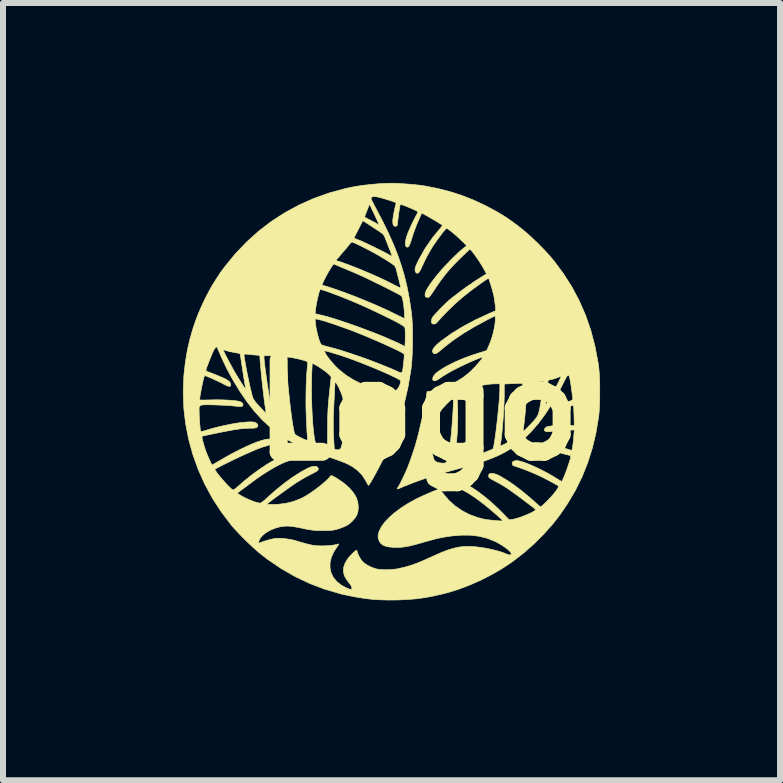
<source format=kicad_pcb>
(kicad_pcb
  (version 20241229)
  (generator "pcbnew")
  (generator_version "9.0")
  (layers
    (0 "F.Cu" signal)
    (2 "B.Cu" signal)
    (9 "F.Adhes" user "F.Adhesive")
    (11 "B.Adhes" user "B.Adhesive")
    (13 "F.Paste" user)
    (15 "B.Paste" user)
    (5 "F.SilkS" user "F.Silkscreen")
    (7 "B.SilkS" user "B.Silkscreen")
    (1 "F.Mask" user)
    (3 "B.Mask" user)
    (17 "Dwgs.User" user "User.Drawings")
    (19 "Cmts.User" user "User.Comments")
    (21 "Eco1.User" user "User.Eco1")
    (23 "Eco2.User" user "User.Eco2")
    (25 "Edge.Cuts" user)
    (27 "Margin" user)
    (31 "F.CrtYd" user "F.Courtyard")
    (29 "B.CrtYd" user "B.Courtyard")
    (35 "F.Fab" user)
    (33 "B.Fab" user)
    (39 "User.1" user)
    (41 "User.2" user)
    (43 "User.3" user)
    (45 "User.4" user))
  (footprint "Logo"
    (layer "F.Cu")
    (at 3.919 3.794)
    (property "Reference" "Logo" (at 0 0 0) (layer "F.SilkS") (effects (font (size 1.524 1.524) (thickness 0.3))))
    (attr through_hole)
    (fp_poly (pts (xy -0.382 -3.788) (xy -0.31 -3.784) (xy -0.23 -3.779) (xy -0.147 -3.773) (xy -0.065 -3.766) (xy 0.009 -3.758) (xy 0.071 -3.751) (xy 0.101 -3.746) (xy 0.325 -3.702) (xy 0.533 -3.649) (xy 0.731 -3.586) (xy 0.923 -3.51) (xy 1.112 -3.422) (xy 1.132 -3.412) (xy 1.233 -3.359) (xy 1.321 -3.311) (xy 1.4 -3.264) (xy 1.477 -3.215) (xy 1.557 -3.159) (xy 1.647 -3.093) (xy 1.659 -3.084) (xy 1.768 -2.998) (xy 1.882 -2.898) (xy 1.996 -2.79) (xy 2.106 -2.678) (xy 2.206 -2.567) (xy 2.265 -2.498) (xy 2.425 -2.282) (xy 2.567 -2.059) (xy 2.69 -1.828) (xy 2.795 -1.587) (xy 2.882 -1.336) (xy 2.951 -1.073) (xy 3.003 -0.8) (xy 3.013 -0.73) (xy 3.02 -0.659) (xy 3.026 -0.572) (xy 3.03 -0.472) (xy 3.031 -0.366) (xy 3.031 -0.257) (xy 3.029 -0.151) (xy 3.026 -0.051) (xy 3.02 0.036) (xy 3.012 0.106) (xy 2.968 0.374) (xy 2.907 0.629) (xy 2.83 0.873) (xy 2.736 1.107) (xy 2.625 1.333) (xy 2.494 1.554) (xy 2.367 1.741) (xy 2.237 1.907) (xy 2.09 2.07) (xy 1.93 2.229) (xy 1.761 2.378) (xy 1.586 2.513) (xy 1.554 2.536) (xy 1.394 2.642) (xy 1.221 2.741) (xy 1.041 2.833) (xy 0.856 2.914) (xy 0.673 2.983) (xy 0.495 3.038) (xy 0.392 3.064) (xy 0.341 3.075) (xy 0.289 3.087) (xy 0.249 3.096) (xy 0.12 3.12) (xy -0.025 3.14) (xy -0.181 3.153) (xy -0.343 3.16) (xy -0.507 3.161) (xy -0.667 3.156) (xy -0.718 3.153) (xy -0.815 3.143) (xy -0.926 3.128) (xy -1.043 3.109) (xy -1.161 3.086) (xy -1.272 3.062) (xy -1.303 3.054) (xy -1.56 2.978) (xy -1.809 2.883) (xy -2.051 2.768) (xy -2.284 2.634) (xy -2.507 2.482) (xy -2.635 2.383) (xy -2.701 2.326) (xy -2.775 2.259) (xy -2.853 2.185) (xy -2.931 2.108) (xy -3.004 2.032) (xy -3.069 1.961) (xy -3.115 1.908) (xy -3.279 1.691) (xy -3.426 1.465) (xy -3.554 1.23) (xy -3.663 0.987) (xy -3.753 0.737) (xy -3.823 0.482) (xy -3.874 0.222) (xy -3.9 0.001) (xy -3.649 0.001) (xy -3.648 0.049) (xy -3.646 0.104) (xy -3.642 0.163) (xy -3.639 0.22) (xy -3.634 0.27) (xy -3.63 0.311) (xy -3.626 0.336) (xy -3.625 0.34) (xy -3.62 0.348) (xy -3.609 0.35) (xy -3.589 0.347) (xy -3.555 0.337) (xy -3.537 0.332) (xy -3.434 0.301) (xy -3.329 0.274) (xy -3.224 0.25) (xy -3.122 0.229) (xy -3.025 0.212) (xy -2.936 0.2) (xy -2.857 0.193) (xy -2.791 0.19) (xy -2.74 0.193) (xy -2.706 0.202) (xy -2.706 0.203) (xy -2.677 0.225) (xy -2.668 0.25) (xy -2.68 0.275) (xy -2.684 0.28) (xy -2.697 0.288) (xy -2.721 0.293) (xy -2.758 0.296) (xy -2.803 0.296) (xy -2.858 0.298) (xy -2.915 0.301) (xy -2.978 0.309) (xy -3.05 0.319) (xy -3.134 0.334) (xy -3.234 0.353) (xy -3.291 0.364) (xy -3.378 0.382) (xy -3.447 0.396) (xy -3.499 0.407) (xy -3.537 0.415) (xy -3.564 0.421) (xy -3.582 0.425) (xy -3.592 0.428) (xy -3.598 0.431) (xy -3.601 0.433) (xy -3.601 0.446) (xy -3.596 0.474) (xy -3.586 0.515) (xy -3.573 0.564) (xy -3.557 0.617) (xy -3.54 0.67) (xy -3.536 0.68) (xy -3.525 0.71) (xy -3.509 0.748) (xy -3.49 0.791) (xy -3.472 0.834) (xy -3.454 0.87) (xy -3.441 0.897) (xy -3.435 0.908) (xy -3.425 0.904) (xy -3.4 0.891) (xy -3.364 0.87) (xy -3.319 0.844) (xy -3.295 0.83) (xy -3.188 0.768) (xy -3.08 0.709) (xy -2.973 0.654) (xy -2.871 0.605) (xy -2.774 0.562) (xy -2.687 0.527) (xy -2.61 0.501) (xy -2.547 0.484) (xy -2.508 0.478) (xy -2.469 0.477) (xy -2.445 0.479) (xy -2.429 0.487) (xy -2.419 0.497) (xy -2.405 0.518) (xy -2.408 0.535) (xy -2.409 0.538) (xy -2.417 0.547) (xy -2.431 0.556) (xy -2.453 0.566) (xy -2.488 0.579) (xy -2.538 0.595) (xy -2.566 0.603) (xy -2.598 0.613) (xy -2.628 0.624) (xy -2.66 0.636) (xy -2.699 0.651) (xy -2.747 0.672) (xy -2.809 0.699) (xy -2.863 0.722) (xy -2.91 0.744) (xy -2.967 0.77) (xy -3.028 0.799) (xy -3.093 0.83) (xy -3.157 0.862) (xy -3.219 0.892) (xy -3.275 0.921) (xy -3.322 0.945) (xy -3.359 0.964) (xy -3.381 0.977) (xy -3.386 0.982) (xy -3.379 0.999) (xy -3.36 1.027) (xy -3.331 1.065) (xy -3.296 1.109) (xy -3.256 1.155) (xy -3.215 1.202) (xy -3.175 1.245) (xy -3.139 1.281) (xy -3.109 1.309) (xy -3.09 1.323) (xy -3.074 1.323) (xy -3.049 1.308) (xy -3.027 1.289) (xy -2.886 1.167) (xy -2.753 1.061) (xy -2.625 0.969) (xy -2.5 0.887) (xy -2.374 0.815) (xy -2.307 0.781) (xy -2.234 0.748) (xy -2.174 0.728) (xy -2.127 0.722) (xy -2.094 0.729) (xy -2.077 0.75) (xy -2.074 0.768) (xy -2.085 0.793) (xy -2.114 0.818) (xy -2.159 0.841) (xy -2.18 0.848) (xy -2.237 0.87) (xy -2.307 0.903) (xy -2.387 0.945) (xy -2.471 0.994) (xy -2.558 1.048) (xy -2.591 1.07) (xy -2.62 1.089) (xy -2.645 1.107) (xy -2.671 1.124) (xy -2.699 1.144) (xy -2.732 1.169) (xy -2.774 1.199) (xy -2.826 1.239) (xy -2.893 1.289) (xy -2.896 1.291) (xy -3.015 1.379) (xy -2.965 1.411) (xy -2.917 1.439) (xy -2.861 1.467) (xy -2.801 1.493) (xy -2.743 1.516) (xy -2.69 1.533) (xy -2.649 1.543) (xy -2.631 1.545) (xy -2.613 1.538) (xy -2.586 1.518) (xy -2.552 1.491) (xy -2.54 1.48) (xy -2.386 1.341) (xy -2.235 1.218) (xy -2.087 1.111) (xy -1.945 1.021) (xy -1.842 0.965) (xy -1.787 0.942) (xy -1.739 0.931) (xy -1.7 0.932) (xy -1.674 0.944) (xy -1.662 0.968) (xy -1.662 0.974) (xy -1.663 0.987) (xy -1.669 0.998) (xy -1.684 1.01) (xy -1.709 1.026) (xy -1.748 1.046) (xy -1.785 1.065) (xy -1.847 1.097) (xy -1.915 1.135) (xy -1.98 1.174) (xy -2.021 1.2) (xy -2.063 1.228) (xy -2.117 1.265) (xy -2.177 1.308) (xy -2.241 1.353) (xy -2.305 1.4) (xy -2.366 1.444) (xy -2.419 1.484) (xy -2.463 1.516) (xy -2.492 1.54) (xy -2.492 1.54) (xy -2.524 1.566) (xy -2.482 1.567) (xy -2.335 1.565) (xy -2.2 1.548) (xy -2.075 1.517) (xy -1.955 1.47) (xy -1.924 1.455) (xy -1.868 1.424) (xy -1.805 1.384) (xy -1.738 1.338) (xy -1.67 1.287) (xy -1.605 1.236) (xy -1.548 1.187) (xy -1.5 1.142) (xy -1.467 1.105) (xy -1.462 1.099) (xy -1.454 1.089) (xy -1.444 1.086) (xy -1.428 1.091) (xy -1.4 1.105) (xy -1.378 1.117) (xy -1.318 1.154) (xy -1.254 1.198) (xy -1.194 1.246) (xy -1.145 1.291) (xy -1.135 1.301) (xy -1.073 1.376) (xy -1.03 1.448) (xy -1.004 1.523) (xy -0.995 1.601) (xy -0.995 1.612) (xy -1 1.681) (xy -1.018 1.741) (xy -1.051 1.796) (xy -1.1 1.851) (xy -1.151 1.895) (xy -1.182 1.915) (xy -1.228 1.937) (xy -1.283 1.959) (xy -1.339 1.978) (xy -1.352 1.981) (xy -1.39 1.991) (xy -1.428 1.997) (xy -1.471 2.001) (xy -1.524 2.003) (xy -1.592 2.003) (xy -1.593 2.003) (xy -1.656 2.003) (xy -1.708 2.001) (xy -1.756 1.996) (xy -1.805 1.989) (xy -1.862 1.979) (xy -1.93 1.964) (xy -2.016 1.947) (xy -2.086 1.935) (xy -2.145 1.929) (xy -2.197 1.928) (xy -2.247 1.932) (xy -2.299 1.94) (xy -2.309 1.942) (xy -2.388 1.965) (xy -2.462 1.996) (xy -2.529 2.034) (xy -2.584 2.077) (xy -2.626 2.123) (xy -2.65 2.169) (xy -2.653 2.181) (xy -2.656 2.204) (xy -2.652 2.211) (xy -2.64 2.208) (xy -2.571 2.183) (xy -2.5 2.161) (xy -2.433 2.144) (xy -2.378 2.134) (xy -2.365 2.132) (xy -2.31 2.131) (xy -2.243 2.135) (xy -2.17 2.144) (xy -2.101 2.156) (xy -2.042 2.17) (xy -2.031 2.174) (xy -2.002 2.183) (xy -1.959 2.196) (xy -1.907 2.21) (xy -1.857 2.224) (xy -1.796 2.239) (xy -1.746 2.249) (xy -1.699 2.255) (xy -1.646 2.257) (xy -1.603 2.258) (xy -1.524 2.256) (xy -1.45 2.25) (xy -1.385 2.241) (xy -1.335 2.229) (xy -1.325 2.225) (xy -1.321 2.228) (xy -1.329 2.245) (xy -1.347 2.271) (xy -1.406 2.362) (xy -1.446 2.453) (xy -1.466 2.542) (xy -1.466 2.628) (xy -1.447 2.71) (xy -1.41 2.785) (xy -1.353 2.853) (xy -1.279 2.912) (xy -1.225 2.942) (xy -1.173 2.967) (xy -1.138 2.98) (xy -1.115 2.983) (xy -1.104 2.976) (xy -1.101 2.961) (xy -1.108 2.938) (xy -1.123 2.909) (xy -1.13 2.899) (xy -1.155 2.866) (xy -1.183 2.829) (xy -1.193 2.816) (xy -1.228 2.753) (xy -1.243 2.686) (xy -1.239 2.616) (xy -1.214 2.544) (xy -1.17 2.471) (xy -1.109 2.402) (xy -1.07 2.364) (xy -1.043 2.341) (xy -1.027 2.331) (xy -1.018 2.333) (xy -1.016 2.344) (xy -1.01 2.37) (xy -0.995 2.406) (xy -0.973 2.448) (xy -0.949 2.487) (xy -0.927 2.516) (xy -0.887 2.551) (xy -0.833 2.586) (xy -0.771 2.616) (xy -0.707 2.638) (xy -0.679 2.645) (xy -0.614 2.653) (xy -0.535 2.656) (xy -0.45 2.653) (xy -0.366 2.644) (xy -0.319 2.636) (xy -0.222 2.613) (xy -0.125 2.585) (xy -0.023 2.549) (xy 0.087 2.504) (xy 0.206 2.45) (xy 0.322 2.398) (xy 0.423 2.355) (xy 0.512 2.322) (xy 0.593 2.298) (xy 0.667 2.281) (xy 0.74 2.271) (xy 0.813 2.267) (xy 0.889 2.268) (xy 0.9 2.268) (xy 0.979 2.275) (xy 1.067 2.286) (xy 1.159 2.302) (xy 1.249 2.322) (xy 1.333 2.343) (xy 1.407 2.366) (xy 1.466 2.388) (xy 1.478 2.394) (xy 1.515 2.408) (xy 1.541 2.408) (xy 1.555 2.396) (xy 1.556 2.388) (xy 1.547 2.367) (xy 1.521 2.338) (xy 1.483 2.305) (xy 1.434 2.27) (xy 1.378 2.234) (xy 1.317 2.199) (xy 1.277 2.18) (xy 1.153 2.131) (xy 1.021 2.098) (xy 0.879 2.08) (xy 0.726 2.079) (xy 0.56 2.093) (xy 0.471 2.106) (xy 0.42 2.115) (xy 0.375 2.123) (xy 0.33 2.133) (xy 0.283 2.144) (xy 0.229 2.159) (xy 0.164 2.177) (xy 0.084 2.199) (xy 0.048 2.21) (xy -0.053 2.238) (xy -0.138 2.259) (xy -0.211 2.273) (xy -0.278 2.281) (xy -0.342 2.284) (xy -0.402 2.283) (xy -0.483 2.276) (xy -0.545 2.262) (xy -0.592 2.24) (xy -0.627 2.209) (xy -0.65 2.167) (xy -0.65 2.167) (xy -0.664 2.121) (xy -0.664 2.075) (xy -0.65 2.023) (xy -0.645 2.009) (xy -0.606 1.934) (xy -0.549 1.857) (xy -0.474 1.779) (xy -0.383 1.7) (xy -0.279 1.623) (xy -0.161 1.548) (xy -0.036 1.479) (xy 0.011 1.456) (xy 0.066 1.43) (xy 0.125 1.404) (xy 0.184 1.378) (xy 0.239 1.354) (xy 0.288 1.335) (xy 0.326 1.32) (xy 0.35 1.313) (xy 0.355 1.312) (xy 0.366 1.32) (xy 0.386 1.342) (xy 0.412 1.374) (xy 0.433 1.402) (xy 0.518 1.502) (xy 0.62 1.592) (xy 0.735 1.671) (xy 0.86 1.736) (xy 0.993 1.785) (xy 1.108 1.814) (xy 1.148 1.82) (xy 1.196 1.826) (xy 1.247 1.832) (xy 1.299 1.837) (xy 1.346 1.84) (xy 1.384 1.842) (xy 1.41 1.841) (xy 1.418 1.839) (xy 1.411 1.831) (xy 1.39 1.811) (xy 1.36 1.784) (xy 1.323 1.751) (xy 1.283 1.716) (xy 1.242 1.681) (xy 1.205 1.649) (xy 1.185 1.633) (xy 1.14 1.596) (xy 1.091 1.557) (xy 1.043 1.52) (xy 0.999 1.487) (xy 0.964 1.461) (xy 0.942 1.445) (xy 0.941 1.445) (xy 0.922 1.433) (xy 0.894 1.414) (xy 0.877 1.403) (xy 0.844 1.382) (xy 0.801 1.357) (xy 0.757 1.333) (xy 0.757 1.333) (xy 0.711 1.306) (xy 0.684 1.281) (xy 0.677 1.258) (xy 0.687 1.234) (xy 0.688 1.232) (xy 0.711 1.22) (xy 0.745 1.218) (xy 0.786 1.225) (xy 0.82 1.239) (xy 0.919 1.297) (xy 1.025 1.371) (xy 1.136 1.457) (xy 1.248 1.553) (xy 1.358 1.657) (xy 1.393 1.692) (xy 1.521 1.823) (xy 1.578 1.815) (xy 1.618 1.807) (xy 1.667 1.793) (xy 1.72 1.776) (xy 1.775 1.755) (xy 1.828 1.733) (xy 1.877 1.711) (xy 1.917 1.69) (xy 1.947 1.672) (xy 1.962 1.658) (xy 1.962 1.651) (xy 1.936 1.63) (xy 1.897 1.598) (xy 1.847 1.56) (xy 1.789 1.516) (xy 1.727 1.469) (xy 1.663 1.422) (xy 1.602 1.377) (xy 1.546 1.337) (xy 1.498 1.304) (xy 1.471 1.286) (xy 1.426 1.258) (xy 1.371 1.225) (xy 1.314 1.194) (xy 1.286 1.179) (xy 1.236 1.152) (xy 1.202 1.132) (xy 1.184 1.115) (xy 1.177 1.102) (xy 1.177 1.102) (xy 1.18 1.071) (xy 1.198 1.053) (xy 1.23 1.048) (xy 1.274 1.055) (xy 1.327 1.074) (xy 1.36 1.09) (xy 1.473 1.156) (xy 1.595 1.238) (xy 1.726 1.337) (xy 1.863 1.45) (xy 1.988 1.561) (xy 2.014 1.584) (xy 2.035 1.601) (xy 2.044 1.607) (xy 2.054 1.601) (xy 2.077 1.583) (xy 2.108 1.554) (xy 2.145 1.518) (xy 2.162 1.501) (xy 2.213 1.448) (xy 2.258 1.397) (xy 2.295 1.351) (xy 2.323 1.311) (xy 2.34 1.281) (xy 2.344 1.263) (xy 2.343 1.259) (xy 2.328 1.249) (xy 2.298 1.232) (xy 2.257 1.209) (xy 2.209 1.183) (xy 2.157 1.156) (xy 2.105 1.129) (xy 2.057 1.105) (xy 2.021 1.088) (xy 1.935 1.049) (xy 1.845 1.012) (xy 1.756 0.977) (xy 1.677 0.949) (xy 1.654 0.942) (xy 1.617 0.929) (xy 1.59 0.918) (xy 1.577 0.91) (xy 1.577 0.91) (xy 1.573 0.893) (xy 1.571 0.886) (xy 1.572 0.865) (xy 1.591 0.848) (xy 1.623 0.838) (xy 1.646 0.836) (xy 1.688 0.842) (xy 1.745 0.857) (xy 1.814 0.882) (xy 1.893 0.914) (xy 1.978 0.952) (xy 2.067 0.996) (xy 2.157 1.043) (xy 2.245 1.093) (xy 2.329 1.145) (xy 2.332 1.147) (xy 2.363 1.166) (xy 2.387 1.179) (xy 2.398 1.183) (xy 2.398 1.183) (xy 2.408 1.166) (xy 2.424 1.133) (xy 2.443 1.087) (xy 2.464 1.034) (xy 2.485 0.976) (xy 2.505 0.918) (xy 2.523 0.864) (xy 2.537 0.818) (xy 2.545 0.787) (xy 2.547 0.764) (xy 2.54 0.752) (xy 2.527 0.748) (xy 2.509 0.744) (xy 2.474 0.735) (xy 2.427 0.723) (xy 2.374 0.709) (xy 2.355 0.704) (xy 2.285 0.688) (xy 2.206 0.672) (xy 2.127 0.659) (xy 2.064 0.65) (xy 2.001 0.642) (xy 1.955 0.635) (xy 1.924 0.629) (xy 1.904 0.622) (xy 1.891 0.614) (xy 1.882 0.603) (xy 1.879 0.6) (xy 1.875 0.583) (xy 1.886 0.565) (xy 1.892 0.558) (xy 1.909 0.545) (xy 1.929 0.538) (xy 1.959 0.536) (xy 1.987 0.536) (xy 2.045 0.54) (xy 2.117 0.55) (xy 2.2 0.566) (xy 2.288 0.586) (xy 2.378 0.61) (xy 2.464 0.635) (xy 2.501 0.647) (xy 2.534 0.658) (xy 2.557 0.664) (xy 2.566 0.665) (xy 2.57 0.651) (xy 2.576 0.621) (xy 2.582 0.579) (xy 2.589 0.53) (xy 2.595 0.479) (xy 2.599 0.43) (xy 2.599 0.424) (xy 2.607 0.325) (xy 2.46 0.331) (xy 2.397 0.334) (xy 2.335 0.339) (xy 2.279 0.344) (xy 2.237 0.349) (xy 2.234 0.35) (xy 2.179 0.355) (xy 2.138 0.352) (xy 2.113 0.341) (xy 2.105 0.323) (xy 2.116 0.299) (xy 2.126 0.287) (xy 2.144 0.275) (xy 2.174 0.266) (xy 2.217 0.259) (xy 2.276 0.255) (xy 2.352 0.252) (xy 2.443 0.251) (xy 2.606 0.251) (xy 2.602 0.089) (xy 2.6 0.033) (xy 2.598 -0.016) (xy 2.595 -0.054) (xy 2.592 -0.076) (xy 2.591 -0.08) (xy 2.585 -0.083) (xy 2.573 -0.081) (xy 2.553 -0.075) (xy 2.522 -0.063) (xy 2.477 -0.043) (xy 2.42 -0.019) (xy 2.369 0.003) (xy 2.333 0.014) (xy 2.311 0.014) (xy 2.3 0.005) (xy 2.297 -0.014) (xy 2.303 -0.038) (xy 2.322 -0.062) (xy 2.356 -0.085) (xy 2.406 -0.109) (xy 2.475 -0.135) (xy 2.511 -0.147) (xy 2.546 -0.161) (xy 2.572 -0.174) (xy 2.582 -0.184) (xy 2.582 -0.184) (xy 2.581 -0.202) (xy 2.577 -0.236) (xy 2.571 -0.282) (xy 2.563 -0.335) (xy 2.556 -0.391) (xy 2.548 -0.444) (xy 2.54 -0.489) (xy 2.537 -0.508) (xy 2.527 -0.556) (xy 2.516 -0.583) (xy 2.503 -0.589) (xy 2.487 -0.574) (xy 2.466 -0.54) (xy 2.457 -0.522) (xy 2.347 -0.306) (xy 2.235 -0.112) (xy 2.121 0.063) (xy 2.005 0.219) (xy 1.885 0.356) (xy 1.763 0.475) (xy 1.693 0.533) (xy 1.613 0.594) (xy 1.53 0.649) (xy 1.442 0.7) (xy 1.347 0.748) (xy 1.242 0.793) (xy 1.125 0.837) (xy 0.993 0.88) (xy 0.845 0.925) (xy 0.73 0.957) (xy 0.665 0.974) (xy 0.588 0.996) (xy 0.506 1.018) (xy 0.424 1.041) (xy 0.35 1.062) (xy 0.289 1.079) (xy 0.285 1.08) (xy 0.246 1.092) (xy 0.194 1.109) (xy 0.133 1.13) (xy 0.067 1.152) (xy 0.001 1.176) (xy -0.06 1.198) (xy -0.113 1.218) (xy -0.152 1.234) (xy -0.166 1.239) (xy -0.194 1.251) (xy -0.213 1.259) (xy -0.217 1.259) (xy -0.229 1.264) (xy -0.255 1.275) (xy -0.282 1.287) (xy -0.314 1.3) (xy -0.337 1.308) (xy -0.347 1.308) (xy -0.346 1.297) (xy -0.342 1.293) (xy -0.332 1.281) (xy -0.316 1.252) (xy -0.294 1.212) (xy -0.269 1.162) (xy -0.243 1.108) (xy -0.217 1.053) (xy -0.193 1) (xy -0.177 0.963) (xy -0.15 0.893) (xy -0.119 0.809) (xy -0.087 0.714) (xy -0.054 0.614) (xy -0.044 0.582) (xy -0.027 0.521) (xy 0.233 0.521) (xy 0.235 0.628) (xy 0.243 0.716) (xy 0.256 0.785) (xy 0.266 0.817) (xy 0.289 0.847) (xy 0.329 0.867) (xy 0.384 0.877) (xy 0.405 0.878) (xy 0.44 0.878) (xy 0.46 0.874) (xy 0.472 0.863) (xy 0.482 0.843) (xy 0.483 0.841) (xy 0.603 0.841) (xy 0.613 0.84) (xy 0.641 0.835) (xy 0.683 0.824) (xy 0.739 0.81) (xy 0.786 0.798) (xy 0.824 0.787) (xy 0.847 0.777) (xy 0.859 0.765) (xy 0.866 0.747) (xy 0.868 0.741) (xy 0.87 0.732) (xy 0.991 0.732) (xy 0.991 0.734) (xy 1.004 0.733) (xy 1.031 0.726) (xy 1.069 0.714) (xy 1.112 0.699) (xy 1.156 0.682) (xy 1.197 0.666) (xy 1.23 0.651) (xy 1.25 0.64) (xy 1.254 0.636) (xy 1.262 0.6) (xy 1.265 0.585) (xy 1.369 0.585) (xy 1.371 0.591) (xy 1.388 0.587) (xy 1.416 0.575) (xy 1.452 0.558) (xy 1.46 0.553) (xy 1.52 0.518) (xy 1.571 0.486) (xy 1.611 0.458) (xy 1.637 0.436) (xy 1.645 0.424) (xy 1.651 0.4) (xy 1.658 0.358) (xy 1.662 0.334) (xy 1.755 0.334) (xy 1.756 0.349) (xy 1.757 0.349) (xy 1.766 0.342) (xy 1.787 0.323) (xy 1.817 0.294) (xy 1.848 0.262) (xy 1.9 0.207) (xy 1.94 0.164) (xy 1.969 0.128) (xy 1.99 0.096) (xy 2.005 0.065) (xy 2.016 0.031) (xy 2.025 -0.01) (xy 2.03 -0.032) (xy 2.042 -0.101) (xy 2.128 -0.101) (xy 2.131 -0.098) (xy 2.141 -0.11) (xy 2.16 -0.139) (xy 2.187 -0.186) (xy 2.188 -0.188) (xy 2.215 -0.235) (xy 2.242 -0.281) (xy 2.264 -0.32) (xy 2.271 -0.333) (xy 2.289 -0.367) (xy 2.31 -0.407) (xy 2.332 -0.451) (xy 2.353 -0.493) (xy 2.37 -0.529) (xy 2.383 -0.556) (xy 2.387 -0.568) (xy 2.387 -0.569) (xy 2.377 -0.567) (xy 2.353 -0.558) (xy 2.322 -0.546) (xy 2.28 -0.531) (xy 2.238 -0.519) (xy 2.215 -0.514) (xy 2.197 -0.511) (xy 2.184 -0.507) (xy 2.175 -0.5) (xy 2.168 -0.486) (xy 2.163 -0.462) (xy 2.159 -0.427) (xy 2.154 -0.376) (xy 2.149 -0.307) (xy 2.149 -0.302) (xy 2.144 -0.244) (xy 2.139 -0.192) (xy 2.135 -0.151) (xy 2.132 -0.125) (xy 2.131 -0.119) (xy 2.128 -0.101) (xy 2.042 -0.101) (xy 2.045 -0.117) (xy 2.061 -0.217) (xy 2.076 -0.323) (xy 2.09 -0.428) (xy 2.09 -0.433) (xy 2.097 -0.489) (xy 2.062 -0.483) (xy 2.035 -0.479) (xy 1.995 -0.474) (xy 1.948 -0.468) (xy 1.928 -0.466) (xy 1.884 -0.461) (xy 1.85 -0.457) (xy 1.828 -0.453) (xy 1.824 -0.452) (xy 1.823 -0.441) (xy 1.82 -0.412) (xy 1.816 -0.369) (xy 1.813 -0.315) (xy 1.81 -0.264) (xy 1.801 -0.125) (xy 1.792 -0.001) (xy 1.782 0.107) (xy 1.772 0.198) (xy 1.763 0.267) (xy 1.758 0.306) (xy 1.755 0.334) (xy 1.662 0.334) (xy 1.667 0.303) (xy 1.676 0.237) (xy 1.686 0.162) (xy 1.695 0.082) (xy 1.705 -0.001) (xy 1.715 -0.085) (xy 1.723 -0.166) (xy 1.731 -0.242) (xy 1.738 -0.31) (xy 1.742 -0.368) (xy 1.745 -0.412) (xy 1.746 -0.44) (xy 1.744 -0.45) (xy 1.733 -0.451) (xy 1.704 -0.451) (xy 1.661 -0.451) (xy 1.61 -0.449) (xy 1.589 -0.448) (xy 1.439 -0.441) (xy 1.439 -0.281) (xy 1.438 -0.214) (xy 1.436 -0.137) (xy 1.432 -0.053) (xy 1.427 0.036) (xy 1.421 0.127) (xy 1.414 0.216) (xy 1.407 0.302) (xy 1.399 0.382) (xy 1.392 0.452) (xy 1.384 0.51) (xy 1.377 0.554) (xy 1.371 0.581) (xy 1.369 0.585) (xy 1.265 0.585) (xy 1.272 0.547) (xy 1.283 0.478) (xy 1.294 0.397) (xy 1.306 0.308) (xy 1.317 0.212) (xy 1.328 0.114) (xy 1.338 0.015) (xy 1.347 -0.08) (xy 1.355 -0.169) (xy 1.361 -0.249) (xy 1.364 -0.316) (xy 1.365 -0.362) (xy 1.365 -0.445) (xy 1.294 -0.444) (xy 1.246 -0.443) (xy 1.191 -0.438) (xy 1.136 -0.431) (xy 1.09 -0.423) (xy 1.068 -0.417) (xy 1.062 -0.414) (xy 1.058 -0.404) (xy 1.055 -0.387) (xy 1.054 -0.359) (xy 1.054 -0.316) (xy 1.055 -0.258) (xy 1.056 -0.209) (xy 1.057 -0.12) (xy 1.055 -0.021) (xy 1.052 0.085) (xy 1.046 0.195) (xy 1.039 0.303) (xy 1.031 0.408) (xy 1.022 0.505) (xy 1.012 0.59) (xy 1.001 0.66) (xy 0.995 0.69) (xy 0.991 0.716) (xy 0.991 0.732) (xy 0.87 0.732) (xy 0.883 0.676) (xy 0.898 0.594) (xy 0.913 0.497) (xy 0.927 0.388) (xy 0.941 0.27) (xy 0.953 0.147) (xy 0.964 0.021) (xy 0.973 -0.104) (xy 0.98 -0.225) (xy 0.98 -0.235) (xy 0.987 -0.402) (xy 0.925 -0.381) (xy 0.888 -0.367) (xy 0.84 -0.347) (xy 0.788 -0.323) (xy 0.758 -0.31) (xy 0.654 -0.26) (xy 0.662 -0.043) (xy 0.664 0.143) (xy 0.658 0.332) (xy 0.645 0.517) (xy 0.625 0.69) (xy 0.624 0.696) (xy 0.616 0.748) (xy 0.61 0.792) (xy 0.605 0.824) (xy 0.603 0.84) (xy 0.603 0.841) (xy 0.483 0.841) (xy 0.483 0.84) (xy 0.496 0.798) (xy 0.51 0.736) (xy 0.523 0.658) (xy 0.536 0.563) (xy 0.549 0.455) (xy 0.561 0.335) (xy 0.571 0.206) (xy 0.581 0.068) (xy 0.582 0.048) (xy 0.586 -0.031) (xy 0.59 -0.092) (xy 0.591 -0.136) (xy 0.592 -0.166) (xy 0.591 -0.186) (xy 0.588 -0.196) (xy 0.584 -0.2) (xy 0.581 -0.201) (xy 0.569 -0.194) (xy 0.547 -0.174) (xy 0.516 -0.145) (xy 0.48 -0.11) (xy 0.477 -0.107) (xy 0.43 -0.057) (xy 0.394 -0.014) (xy 0.364 0.03) (xy 0.336 0.082) (xy 0.331 0.092) (xy 0.29 0.179) (xy 0.262 0.263) (xy 0.244 0.348) (xy 0.235 0.443) (xy 0.233 0.521) (xy -0.027 0.521) (xy -0.026 0.518) (xy -0.004 0.438) (xy 0.019 0.345) (xy 0.042 0.246) (xy 0.066 0.143) (xy 0.088 0.043) (xy 0.107 -0.052) (xy 0.123 -0.136) (xy 0.134 -0.197) (xy 0.152 -0.315) (xy 0.2 -0.321) (xy 0.259 -0.332) (xy 0.329 -0.35) (xy 0.405 -0.375) (xy 0.481 -0.403) (xy 0.548 -0.432) (xy 0.561 -0.438) (xy 0.665 -0.495) (xy 0.756 -0.553) (xy 0.84 -0.619) (xy 0.878 -0.653) (xy 0.912 -0.686) (xy 0.949 -0.724) (xy 0.986 -0.765) (xy 1.02 -0.806) (xy 1.05 -0.842) (xy 1.07 -0.87) (xy 1.079 -0.887) (xy 1.079 -0.889) (xy 1.07 -0.888) (xy 1.045 -0.88) (xy 1.006 -0.865) (xy 0.956 -0.845) (xy 0.898 -0.82) (xy 0.834 -0.792) (xy 0.768 -0.761) (xy 0.702 -0.73) (xy 0.693 -0.725) (xy 0.578 -0.667) (xy 0.479 -0.611) (xy 0.392 -0.556) (xy 0.36 -0.533) (xy 0.316 -0.506) (xy 0.281 -0.494) (xy 0.258 -0.497) (xy 0.246 -0.516) (xy 0.246 -0.519) (xy 0.249 -0.551) (xy 0.268 -0.585) (xy 0.302 -0.622) (xy 0.354 -0.662) (xy 0.424 -0.707) (xy 0.484 -0.742) (xy 0.618 -0.809) (xy 0.771 -0.874) (xy 0.938 -0.934) (xy 0.984 -0.948) (xy 1.146 -1) (xy 1.18 -1.074) (xy 1.208 -1.143) (xy 1.234 -1.22) (xy 1.256 -1.3) (xy 1.274 -1.379) (xy 1.285 -1.451) (xy 1.29 -1.511) (xy 1.289 -1.538) (xy 1.286 -1.578) (xy 1.148 -1.508) (xy 0.943 -1.397) (xy 0.758 -1.286) (xy 0.592 -1.174) (xy 0.444 -1.06) (xy 0.392 -1.016) (xy 0.345 -0.977) (xy 0.31 -0.954) (xy 0.284 -0.945) (xy 0.264 -0.949) (xy 0.259 -0.953) (xy 0.242 -0.978) (xy 0.246 -1.01) (xy 0.269 -1.049) (xy 0.311 -1.095) (xy 0.373 -1.149) (xy 0.384 -1.157) (xy 0.558 -1.282) (xy 0.749 -1.399) (xy 0.957 -1.51) (xy 1.18 -1.613) (xy 1.297 -1.664) (xy 1.289 -1.755) (xy 1.264 -1.922) (xy 1.221 -2.077) (xy 1.207 -2.117) (xy 1.196 -2.153) (xy 1.189 -2.176) (xy 1.189 -2.178) (xy 1.181 -2.196) (xy 1.173 -2.201) (xy 1.161 -2.195) (xy 1.135 -2.179) (xy 1.098 -2.154) (xy 1.053 -2.122) (xy 1.001 -2.085) (xy 0.947 -2.046) (xy 0.894 -2.006) (xy 0.873 -1.991) (xy 0.751 -1.894) (xy 0.628 -1.787) (xy 0.51 -1.674) (xy 0.402 -1.563) (xy 0.355 -1.51) (xy 0.324 -1.475) (xy 0.302 -1.454) (xy 0.285 -1.444) (xy 0.269 -1.441) (xy 0.26 -1.441) (xy 0.237 -1.447) (xy 0.227 -1.462) (xy 0.224 -1.478) (xy 0.227 -1.512) (xy 0.238 -1.545) (xy 0.251 -1.564) (xy 0.277 -1.594) (xy 0.313 -1.633) (xy 0.354 -1.677) (xy 0.399 -1.723) (xy 0.445 -1.768) (xy 0.487 -1.809) (xy 0.525 -1.843) (xy 0.529 -1.847) (xy 0.554 -1.867) (xy 0.59 -1.895) (xy 0.633 -1.928) (xy 0.679 -1.963) (xy 0.726 -1.999) (xy 0.771 -2.032) (xy 0.81 -2.06) (xy 0.84 -2.082) (xy 0.858 -2.094) (xy 0.862 -2.096) (xy 0.875 -2.102) (xy 0.885 -2.111) (xy 0.899 -2.122) (xy 0.927 -2.141) (xy 0.966 -2.167) (xy 1.012 -2.196) (xy 1.022 -2.202) (xy 1.143 -2.278) (xy 1.099 -2.359) (xy 1.071 -2.408) (xy 1.038 -2.461) (xy 1.003 -2.515) (xy 0.967 -2.566) (xy 0.934 -2.612) (xy 0.904 -2.65) (xy 0.881 -2.676) (xy 0.867 -2.687) (xy 0.865 -2.688) (xy 0.856 -2.681) (xy 0.834 -2.661) (xy 0.801 -2.63) (xy 0.761 -2.591) (xy 0.714 -2.546) (xy 0.695 -2.527) (xy 0.601 -2.432) (xy 0.52 -2.344) (xy 0.448 -2.257) (xy 0.379 -2.166) (xy 0.309 -2.066) (xy 0.28 -2.022) (xy 0.245 -1.969) (xy 0.22 -1.932) (xy 0.201 -1.908) (xy 0.187 -1.893) (xy 0.175 -1.887) (xy 0.163 -1.885) (xy 0.155 -1.886) (xy 0.131 -1.891) (xy 0.121 -1.906) (xy 0.118 -1.923) (xy 0.12 -1.951) (xy 0.132 -1.986) (xy 0.154 -2.029) (xy 0.188 -2.083) (xy 0.23 -2.143) (xy 0.306 -2.241) (xy 0.392 -2.344) (xy 0.485 -2.445) (xy 0.58 -2.543) (xy 0.673 -2.632) (xy 0.761 -2.707) (xy 0.785 -2.726) (xy 0.814 -2.748) (xy 0.737 -2.822) (xy 0.686 -2.871) (xy 0.635 -2.917) (xy 0.586 -2.959) (xy 0.543 -2.994) (xy 0.508 -3.02) (xy 0.483 -3.035) (xy 0.475 -3.037) (xy 0.465 -3.029) (xy 0.445 -3.006) (xy 0.417 -2.972) (xy 0.384 -2.929) (xy 0.348 -2.88) (xy 0.31 -2.828) (xy 0.274 -2.776) (xy 0.25 -2.742) (xy 0.216 -2.686) (xy 0.178 -2.62) (xy 0.141 -2.552) (xy 0.114 -2.498) (xy 0.09 -2.446) (xy 0.067 -2.398) (xy 0.048 -2.358) (xy 0.035 -2.331) (xy 0.034 -2.328) (xy 0.013 -2.299) (xy -0.009 -2.287) (xy -0.029 -2.293) (xy -0.043 -2.314) (xy -0.049 -2.337) (xy -0.048 -2.363) (xy -0.04 -2.395) (xy -0.023 -2.437) (xy 0.003 -2.492) (xy 0.017 -2.519) (xy 0.124 -2.709) (xy 0.245 -2.883) (xy 0.354 -3.015) (xy 0.38 -3.046) (xy 0.399 -3.072) (xy 0.406 -3.088) (xy 0.406 -3.091) (xy 0.392 -3.1) (xy 0.364 -3.118) (xy 0.326 -3.142) (xy 0.28 -3.169) (xy 0.232 -3.197) (xy 0.185 -3.225) (xy 0.142 -3.249) (xy 0.135 -3.253) (xy 0.063 -3.293) (xy 0.036 -3.231) (xy -0.025 -3.09) (xy -0.073 -2.962) (xy -0.106 -2.857) (xy -0.126 -2.796) (xy -0.143 -2.754) (xy -0.16 -2.73) (xy -0.176 -2.722) (xy -0.194 -2.729) (xy -0.198 -2.732) (xy -0.209 -2.754) (xy -0.211 -2.792) (xy -0.204 -2.841) (xy -0.189 -2.9) (xy -0.166 -2.963) (xy -0.164 -2.969) (xy -0.144 -3.014) (xy -0.121 -3.066) (xy -0.096 -3.12) (xy -0.07 -3.173) (xy -0.047 -3.219) (xy -0.027 -3.256) (xy -0.014 -3.28) (xy -0.01 -3.286) (xy -0.001 -3.301) (xy -0.007 -3.316) (xy -0.03 -3.332) (xy -0.064 -3.348) (xy -0.119 -3.372) (xy -0.172 -3.394) (xy -0.219 -3.413) (xy -0.258 -3.427) (xy -0.284 -3.435) (xy -0.293 -3.436) (xy -0.298 -3.423) (xy -0.304 -3.393) (xy -0.311 -3.351) (xy -0.319 -3.302) (xy -0.326 -3.25) (xy -0.332 -3.199) (xy -0.336 -3.164) (xy -0.34 -3.121) (xy -0.344 -3.094) (xy -0.35 -3.08) (xy -0.36 -3.073) (xy -0.373 -3.071) (xy -0.397 -3.075) (xy -0.413 -3.095) (xy -0.42 -3.131) (xy -0.419 -3.184) (xy -0.409 -3.255) (xy -0.391 -3.345) (xy -0.391 -3.345) (xy -0.382 -3.388) (xy -0.373 -3.424) (xy -0.367 -3.447) (xy -0.365 -3.452) (xy -0.367 -3.46) (xy -0.38 -3.47) (xy -0.408 -3.481) (xy -0.453 -3.497) (xy -0.473 -3.503) (xy -0.554 -3.528) (xy -0.617 -3.546) (xy -0.666 -3.558) (xy -0.702 -3.565) (xy -0.729 -3.567) (xy -0.748 -3.566) (xy -0.754 -3.564) (xy -0.775 -3.552) (xy -0.783 -3.537) (xy -0.778 -3.523) (xy -0.765 -3.493) (xy -0.744 -3.452) (xy -0.719 -3.402) (xy -0.694 -3.356) (xy -0.586 -3.149) (xy -0.491 -2.955) (xy -0.408 -2.77) (xy -0.337 -2.591) (xy -0.277 -2.415) (xy -0.225 -2.239) (xy -0.181 -2.058) (xy -0.145 -1.872) (xy -0.115 -1.675) (xy -0.109 -1.635) (xy -0.1 -1.546) (xy -0.094 -1.44) (xy -0.09 -1.322) (xy -0.089 -1.199) (xy -0.091 -1.073) (xy -0.095 -0.95) (xy -0.101 -0.835) (xy -0.111 -0.732) (xy -0.115 -0.693) (xy -0.164 -0.398) (xy -0.229 -0.11) (xy -0.313 0.171) (xy -0.417 0.45) (xy -0.54 0.728) (xy -0.587 0.825) (xy -0.63 0.909) (xy -0.671 0.988) (xy -0.71 1.06) (xy -0.745 1.123) (xy -0.775 1.176) (xy -0.8 1.216) (xy -0.817 1.241) (xy -0.826 1.249) (xy -0.832 1.24) (xy -0.846 1.217) (xy -0.864 1.183) (xy -0.87 1.172) (xy -0.929 1.08) (xy -1.006 1) (xy -1.099 0.932) (xy -1.185 0.887) (xy -1.232 0.867) (xy -1.295 0.843) (xy -1.372 0.815) (xy -1.458 0.785) (xy -1.551 0.754) (xy -1.625 0.73) (xy -1.816 0.662) (xy -1.994 0.585) (xy -2.159 0.497) (xy -2.315 0.396) (xy -2.46 0.283) (xy -2.598 0.155) (xy -2.729 0.011) (xy -2.854 -0.149) (xy -2.975 -0.327) (xy -3.094 -0.525) (xy -3.177 -0.677) (xy -3.194 -0.711) (xy -3.215 -0.755) (xy -3.239 -0.805) (xy -3.264 -0.859) (xy -3.288 -0.912) (xy -3.309 -0.962) (xy -3.327 -1.003) (xy -3.331 -1.012) (xy -3.249 -1.012) (xy -3.244 -0.999) (xy -3.231 -0.971) (xy -3.212 -0.932) (xy -3.187 -0.884) (xy -3.16 -0.831) (xy -3.131 -0.778) (xy -3.103 -0.726) (xy -3.089 -0.701) (xy -3.061 -0.651) (xy -3.029 -0.597) (xy -2.996 -0.542) (xy -2.963 -0.489) (xy -2.933 -0.441) (xy -2.907 -0.401) (xy -2.886 -0.371) (xy -2.874 -0.355) (xy -2.871 -0.354) (xy -2.871 -0.365) (xy -2.876 -0.391) (xy -2.883 -0.427) (xy -2.884 -0.434) (xy -2.891 -0.469) (xy -2.899 -0.519) (xy -2.909 -0.582) (xy -2.92 -0.651) (xy -2.931 -0.723) (xy -2.932 -0.728) (xy -2.941 -0.793) (xy -2.95 -0.85) (xy -2.957 -0.897) (xy -2.962 -0.927) (xy -2.9 -0.927) (xy -2.898 -0.901) (xy -2.891 -0.857) (xy -2.881 -0.799) (xy -2.869 -0.731) (xy -2.855 -0.656) (xy -2.839 -0.577) (xy -2.822 -0.498) (xy -2.806 -0.422) (xy -2.79 -0.353) (xy -2.776 -0.293) (xy -2.764 -0.247) (xy -2.756 -0.22) (xy -2.739 -0.184) (xy -2.715 -0.148) (xy -2.708 -0.139) (xy -2.68 -0.107) (xy -2.648 -0.072) (xy -2.614 -0.035) (xy -2.583 -0.002) (xy -2.557 0.025) (xy -2.539 0.043) (xy -2.532 0.049) (xy -2.533 0.038) (xy -2.537 0.011) (xy -2.542 -0.03) (xy -2.55 -0.079) (xy -2.551 -0.085) (xy -2.559 -0.144) (xy -2.569 -0.22) (xy -2.579 -0.307) (xy -2.59 -0.401) (xy -2.601 -0.498) (xy -2.611 -0.593) (xy -2.619 -0.682) (xy -2.626 -0.759) (xy -2.631 -0.816) (xy -2.636 -0.896) (xy -2.567 -0.896) (xy -2.566 -0.864) (xy -2.562 -0.817) (xy -2.555 -0.756) (xy -2.546 -0.684) (xy -2.535 -0.605) (xy -2.523 -0.52) (xy -2.511 -0.432) (xy -2.497 -0.344) (xy -2.483 -0.257) (xy -2.47 -0.176) (xy -2.457 -0.102) (xy -2.444 -0.037) (xy -2.433 0.015) (xy -2.428 0.035) (xy -2.413 0.093) (xy -2.4 0.134) (xy -2.387 0.165) (xy -2.37 0.188) (xy -2.347 0.21) (xy -2.323 0.229) (xy -2.278 0.263) (xy -2.239 0.29) (xy -2.209 0.308) (xy -2.189 0.317) (xy -2.182 0.314) (xy -2.185 0.308) (xy -2.189 0.293) (xy -2.194 0.261) (xy -2.2 0.214) (xy -2.207 0.156) (xy -2.215 0.09) (xy -2.222 0.019) (xy -2.229 -0.052) (xy -2.235 -0.122) (xy -2.241 -0.186) (xy -2.243 -0.217) (xy -2.246 -0.275) (xy -2.25 -0.349) (xy -2.254 -0.433) (xy -2.257 -0.521) (xy -2.26 -0.607) (xy -2.261 -0.637) (xy -2.266 -0.825) (xy -2.191 -0.825) (xy -2.191 -0.823) (xy -2.19 -0.761) (xy -2.186 -0.686) (xy -2.181 -0.601) (xy -2.173 -0.507) (xy -2.165 -0.408) (xy -2.155 -0.306) (xy -2.144 -0.202) (xy -2.133 -0.1) (xy -2.121 -0.001) (xy -2.109 0.092) (xy -2.097 0.177) (xy -2.085 0.252) (xy -2.074 0.313) (xy -2.064 0.36) (xy -2.056 0.39) (xy -2.051 0.398) (xy -2.034 0.41) (xy -2.004 0.428) (xy -1.967 0.447) (xy -1.928 0.467) (xy -1.892 0.483) (xy -1.864 0.494) (xy -1.853 0.497) (xy -1.846 0.493) (xy -1.842 0.479) (xy -1.843 0.449) (xy -1.845 0.424) (xy -1.848 0.392) (xy -1.851 0.344) (xy -1.854 0.282) (xy -1.858 0.211) (xy -1.861 0.134) (xy -1.863 0.082) (xy -1.867 -0.027) (xy -1.868 -0.144) (xy -1.867 -0.266) (xy -1.866 -0.317) (xy -1.775 -0.317) (xy -1.774 -0.198) (xy -1.77 -0.079) (xy -1.765 0.038) (xy -1.759 0.149) (xy -1.751 0.253) (xy -1.742 0.346) (xy -1.732 0.425) (xy -1.722 0.488) (xy -1.715 0.516) (xy -1.709 0.536) (xy -1.699 0.55) (xy -1.683 0.562) (xy -1.654 0.573) (xy -1.622 0.584) (xy -1.582 0.597) (xy -1.548 0.607) (xy -1.527 0.613) (xy -1.524 0.613) (xy -1.519 0.611) (xy -1.516 0.603) (xy -1.513 0.586) (xy -1.511 0.559) (xy -1.509 0.519) (xy -1.508 0.465) (xy -1.508 0.393) (xy -1.507 0.315) (xy -1.507 0.216) (xy -1.506 0.172) (xy -1.412 0.172) (xy -1.412 0.228) (xy -1.411 0.291) (xy -1.409 0.359) (xy -1.407 0.426) (xy -1.404 0.49) (xy -1.401 0.548) (xy -1.398 0.595) (xy -1.395 0.629) (xy -1.392 0.645) (xy -1.392 0.645) (xy -1.378 0.652) (xy -1.352 0.656) (xy -1.344 0.656) (xy -1.312 0.652) (xy -1.292 0.639) (xy -1.287 0.632) (xy -1.278 0.608) (xy -1.267 0.567) (xy -1.255 0.512) (xy -1.243 0.447) (xy -1.232 0.377) (xy -1.223 0.304) (xy -1.216 0.233) (xy -1.215 0.229) (xy -1.21 0.081) (xy -1.222 -0.062) (xy -1.25 -0.199) (xy -1.267 -0.256) (xy -1.29 -0.315) (xy -1.315 -0.373) (xy -1.34 -0.421) (xy -1.362 -0.454) (xy -1.383 -0.48) (xy -1.395 -0.232) (xy -1.399 -0.154) (xy -1.403 -0.075) (xy -1.406 -0.001) (xy -1.409 0.064) (xy -1.411 0.114) (xy -1.411 0.127) (xy -1.412 0.172) (xy -1.506 0.172) (xy -1.506 0.13) (xy -1.503 0.051) (xy -1.5 -0.024) (xy -1.494 -0.101) (xy -1.487 -0.185) (xy -1.478 -0.279) (xy -1.466 -0.388) (xy -1.464 -0.406) (xy -1.447 -0.562) (xy -1.488 -0.605) (xy -1.515 -0.629) (xy -1.551 -0.657) (xy -1.593 -0.687) (xy -1.637 -0.717) (xy -1.679 -0.743) (xy -1.716 -0.764) (xy -1.745 -0.778) (xy -1.761 -0.782) (xy -1.762 -0.781) (xy -1.764 -0.77) (xy -1.765 -0.741) (xy -1.767 -0.697) (xy -1.77 -0.64) (xy -1.772 -0.575) (xy -1.773 -0.54) (xy -1.775 -0.431) (xy -1.775 -0.317) (xy -1.866 -0.317) (xy -1.865 -0.386) (xy -1.86 -0.501) (xy -1.855 -0.607) (xy -1.847 -0.698) (xy -1.843 -0.738) (xy -1.839 -0.783) (xy -1.843 -0.809) (xy -1.846 -0.813) (xy -1.866 -0.823) (xy -1.902 -0.835) (xy -1.949 -0.848) (xy -2.002 -0.861) (xy -2.055 -0.872) (xy -2.105 -0.882) (xy -2.145 -0.888) (xy -2.166 -0.889) (xy -2.18 -0.887) (xy -2.187 -0.88) (xy -2.19 -0.861) (xy -2.191 -0.825) (xy -2.266 -0.825) (xy -2.268 -0.898) (xy -2.311 -0.904) (xy -2.342 -0.907) (xy -2.383 -0.909) (xy -2.429 -0.911) (xy -2.475 -0.912) (xy -2.516 -0.912) (xy -2.548 -0.912) (xy -2.564 -0.91) (xy -2.565 -0.909) (xy -2.567 -0.896) (xy -2.636 -0.896) (xy -2.638 -0.919) (xy -2.719 -0.925) (xy -2.766 -0.929) (xy -2.814 -0.934) (xy -2.85 -0.938) (xy -2.881 -0.94) (xy -2.896 -0.937) (xy -2.9 -0.928) (xy -2.9 -0.927) (xy -2.962 -0.927) (xy -2.962 -0.93) (xy -2.965 -0.946) (xy -2.966 -0.947) (xy -2.977 -0.95) (xy -3.004 -0.956) (xy -3.042 -0.963) (xy -3.069 -0.968) (xy -3.118 -0.978) (xy -3.164 -0.989) (xy -3.18 -0.993) (xy -1.566 -0.993) (xy -1.565 -0.988) (xy -1.564 -0.986) (xy -1.548 -0.964) (xy -1.543 -0.952) (xy -1.53 -0.928) (xy -1.505 -0.893) (xy -1.472 -0.85) (xy -1.434 -0.804) (xy -1.394 -0.758) (xy -1.354 -0.717) (xy -1.325 -0.689) (xy -1.205 -0.592) (xy -1.073 -0.509) (xy -0.932 -0.439) (xy -0.786 -0.386) (xy -0.639 -0.349) (xy -0.492 -0.331) (xy -0.446 -0.329) (xy -0.405 -0.329) (xy -0.379 -0.332) (xy -0.361 -0.339) (xy -0.345 -0.353) (xy -0.339 -0.36) (xy -0.321 -0.386) (xy -0.305 -0.42) (xy -0.293 -0.455) (xy -0.289 -0.484) (xy -0.292 -0.498) (xy -0.307 -0.511) (xy -0.34 -0.531) (xy -0.389 -0.556) (xy -0.451 -0.585) (xy -0.523 -0.618) (xy -0.605 -0.654) (xy -0.693 -0.692) (xy -0.785 -0.73) (xy -0.88 -0.768) (xy -0.974 -0.805) (xy -1.066 -0.84) (xy -1.153 -0.872) (xy -1.233 -0.9) (xy -1.305 -0.924) (xy -1.318 -0.928) (xy -1.399 -0.952) (xy -1.461 -0.971) (xy -1.508 -0.984) (xy -1.539 -0.991) (xy -1.558 -0.994) (xy -1.566 -0.993) (xy -3.18 -0.993) (xy -3.199 -0.998) (xy -3.209 -1.001) (xy -3.234 -1.009) (xy -3.248 -1.012) (xy -3.249 -1.012) (xy -3.331 -1.012) (xy -3.339 -1.033) (xy -3.344 -1.047) (xy -3.344 -1.048) (xy -3.35 -1.059) (xy -3.364 -1.055) (xy -3.383 -1.038) (xy -3.399 -1.016) (xy -3.41 -0.995) (xy -3.426 -0.96) (xy -3.445 -0.915) (xy -3.465 -0.864) (xy -3.486 -0.812) (xy -3.505 -0.763) (xy -3.521 -0.721) (xy -3.531 -0.689) (xy -3.535 -0.674) (xy -3.526 -0.655) (xy -3.516 -0.65) (xy -3.483 -0.638) (xy -3.437 -0.62) (xy -3.384 -0.6) (xy -3.33 -0.578) (xy -3.28 -0.557) (xy -3.24 -0.54) (xy -3.223 -0.532) (xy -3.172 -0.503) (xy -3.14 -0.476) (xy -3.124 -0.448) (xy -3.122 -0.432) (xy -3.125 -0.41) (xy -3.139 -0.403) (xy -3.15 -0.402) (xy -3.174 -0.408) (xy -3.207 -0.422) (xy -3.231 -0.435) (xy -3.255 -0.448) (xy -3.292 -0.467) (xy -3.337 -0.488) (xy -3.387 -0.511) (xy -3.436 -0.534) (xy -3.483 -0.554) (xy -3.521 -0.57) (xy -3.547 -0.58) (xy -3.556 -0.582) (xy -3.562 -0.572) (xy -3.57 -0.545) (xy -3.581 -0.505) (xy -3.592 -0.456) (xy -3.604 -0.401) (xy -3.615 -0.344) (xy -3.625 -0.289) (xy -3.633 -0.239) (xy -3.639 -0.2) (xy -3.64 -0.178) (xy -3.631 -0.176) (xy -3.603 -0.174) (xy -3.561 -0.174) (xy -3.507 -0.175) (xy -3.453 -0.176) (xy -3.368 -0.178) (xy -3.281 -0.177) (xy -3.198 -0.174) (xy -3.121 -0.17) (xy -3.053 -0.163) (xy -3 -0.156) (xy -2.965 -0.147) (xy -2.934 -0.13) (xy -2.917 -0.108) (xy -2.918 -0.086) (xy -2.925 -0.076) (xy -2.935 -0.068) (xy -2.949 -0.065) (xy -2.972 -0.065) (xy -3.008 -0.068) (xy -3.045 -0.072) (xy -3.093 -0.077) (xy -3.152 -0.082) (xy -3.22 -0.086) (xy -3.293 -0.089) (xy -3.367 -0.092) (xy -3.437 -0.094) (xy -3.5 -0.095) (xy -3.552 -0.094) (xy -3.589 -0.093) (xy -3.601 -0.091) (xy -3.63 -0.082) (xy -3.644 -0.066) (xy -3.648 -0.055) (xy -3.649 -0.035) (xy -3.649 0.001) (xy -3.9 0.001) (xy -3.904 -0.041) (xy -3.914 -0.307) (xy -3.904 -0.574) (xy -3.9 -0.614) (xy -3.877 -0.815) (xy -3.845 -1.005) (xy -3.803 -1.188) (xy -3.749 -1.374) (xy -3.696 -1.527) (xy -1.715 -1.527) (xy -1.709 -1.454) (xy -1.702 -1.398) (xy -1.69 -1.337) (xy -1.676 -1.275) (xy -1.66 -1.216) (xy -1.644 -1.165) (xy -1.628 -1.125) (xy -1.613 -1.1) (xy -1.608 -1.095) (xy -1.593 -1.089) (xy -1.563 -1.08) (xy -1.521 -1.068) (xy -1.483 -1.058) (xy -1.43 -1.044) (xy -1.377 -1.03) (xy -1.332 -1.017) (xy -1.312 -1.011) (xy -1.123 -0.95) (xy -0.937 -0.887) (xy -0.76 -0.822) (xy -0.595 -0.758) (xy -0.444 -0.696) (xy -0.349 -0.654) (xy -0.317 -0.639) (xy -0.294 -0.63) (xy -0.277 -0.628) (xy -0.266 -0.637) (xy -0.258 -0.658) (xy -0.251 -0.694) (xy -0.245 -0.747) (xy -0.239 -0.798) (xy -0.233 -0.855) (xy -0.23 -0.894) (xy -0.229 -0.919) (xy -0.231 -0.934) (xy -0.236 -0.944) (xy -0.242 -0.949) (xy -0.268 -0.965) (xy -0.312 -0.988) (xy -0.37 -1.017) (xy -0.44 -1.05) (xy -0.52 -1.087) (xy -0.607 -1.126) (xy -0.698 -1.166) (xy -0.791 -1.206) (xy -0.884 -1.245) (xy -0.974 -1.281) (xy -1.057 -1.315) (xy -1.133 -1.344) (xy -1.154 -1.351) (xy -1.282 -1.397) (xy -1.394 -1.437) (xy -1.491 -1.469) (xy -1.571 -1.494) (xy -1.633 -1.511) (xy -1.676 -1.521) (xy -1.715 -1.527) (xy -3.696 -1.527) (xy -3.691 -1.54) (xy -3.662 -1.614) (xy -1.715 -1.614) (xy -1.59 -1.584) (xy -1.502 -1.561) (xy -1.398 -1.53) (xy -1.28 -1.492) (xy -1.152 -1.449) (xy -1.016 -1.401) (xy -0.876 -1.349) (xy -0.734 -1.295) (xy -0.614 -1.247) (xy -0.562 -1.226) (xy -0.505 -1.201) (xy -0.446 -1.175) (xy -0.388 -1.15) (xy -0.335 -1.126) (xy -0.292 -1.105) (xy -0.261 -1.09) (xy -0.249 -1.083) (xy -0.23 -1.072) (xy -0.22 -1.069) (xy -0.217 -1.079) (xy -0.215 -1.106) (xy -0.213 -1.148) (xy -0.212 -1.199) (xy -0.212 -1.226) (xy -0.212 -1.288) (xy -0.213 -1.332) (xy -0.215 -1.362) (xy -0.219 -1.382) (xy -0.225 -1.393) (xy -0.23 -1.399) (xy -0.259 -1.419) (xy -0.306 -1.447) (xy -0.371 -1.483) (xy -0.454 -1.525) (xy -0.552 -1.573) (xy -0.665 -1.628) (xy -0.793 -1.688) (xy -0.873 -1.725) (xy -0.942 -1.756) (xy -1.018 -1.789) (xy -1.098 -1.823) (xy -1.181 -1.857) (xy -1.263 -1.89) (xy -1.343 -1.921) (xy -1.418 -1.949) (xy -1.485 -1.974) (xy -1.542 -1.994) (xy -1.587 -2.008) (xy -1.617 -2.016) (xy -1.629 -2.017) (xy -1.637 -2.003) (xy -1.648 -1.972) (xy -1.66 -1.928) (xy -1.673 -1.875) (xy -1.685 -1.818) (xy -1.696 -1.76) (xy -1.705 -1.705) (xy -1.709 -1.672) (xy -1.715 -1.614) (xy -3.662 -1.614) (xy -3.651 -1.642) (xy -3.602 -1.752) (xy -3.549 -1.865) (xy -3.492 -1.974) (xy -3.436 -2.076) (xy -3.423 -2.097) (xy -1.598 -2.097) (xy -1.59 -2.086) (xy -1.583 -2.085) (xy -1.565 -2.081) (xy -1.531 -2.071) (xy -1.483 -2.056) (xy -1.425 -2.037) (xy -1.358 -2.014) (xy -1.287 -1.989) (xy -1.215 -1.963) (xy -1.143 -1.936) (xy -1.077 -1.911) (xy -1.027 -1.892) (xy -0.878 -1.831) (xy -0.734 -1.771) (xy -0.6 -1.712) (xy -0.478 -1.656) (xy -0.376 -1.605) (xy -0.326 -1.581) (xy -0.283 -1.56) (xy -0.251 -1.544) (xy -0.232 -1.536) (xy -0.229 -1.535) (xy -0.225 -1.545) (xy -0.224 -1.571) (xy -0.225 -1.61) (xy -0.226 -1.627) (xy -0.233 -1.711) (xy -0.242 -1.783) (xy -0.252 -1.841) (xy -0.262 -1.883) (xy -0.272 -1.906) (xy -0.272 -1.907) (xy -0.286 -1.917) (xy -0.316 -1.934) (xy -0.361 -1.958) (xy -0.416 -1.987) (xy -0.481 -2.02) (xy -0.552 -2.056) (xy -0.627 -2.094) (xy -0.704 -2.131) (xy -0.779 -2.168) (xy -0.851 -2.203) (xy -0.916 -2.233) (xy -0.973 -2.259) (xy -1.011 -2.276) (xy -1.073 -2.303) (xy -1.146 -2.333) (xy -1.219 -2.364) (xy -1.273 -2.387) (xy -1.408 -2.443) (xy -1.451 -2.378) (xy -1.472 -2.344) (xy -1.497 -2.302) (xy -1.523 -2.255) (xy -1.548 -2.207) (xy -1.57 -2.163) (xy -1.587 -2.127) (xy -1.597 -2.103) (xy -1.598 -2.097) (xy -3.423 -2.097) (xy -3.381 -2.165) (xy -3.359 -2.199) (xy -3.337 -2.232) (xy -3.32 -2.257) (xy -3.313 -2.27) (xy -3.313 -2.271) (xy -3.307 -2.28) (xy -3.29 -2.304) (xy -3.265 -2.338) (xy -3.234 -2.379) (xy -3.218 -2.4) (xy -3.16 -2.471) (xy -1.397 -2.471) (xy -1.392 -2.466) (xy -1.386 -2.471) (xy -1.392 -2.477) (xy -1.397 -2.471) (xy -3.16 -2.471) (xy -3.132 -2.506) (xy -1.362 -2.506) (xy -1.35 -2.495) (xy -1.33 -2.488) (xy -1.325 -2.487) (xy -1.311 -2.484) (xy -1.281 -2.474) (xy -1.239 -2.458) (xy -1.188 -2.44) (xy -1.131 -2.419) (xy -1.073 -2.396) (xy -1.018 -2.375) (xy -0.995 -2.366) (xy -0.904 -2.328) (xy -0.807 -2.287) (xy -0.709 -2.244) (xy -0.615 -2.201) (xy -0.53 -2.161) (xy -0.459 -2.125) (xy -0.45 -2.121) (xy -0.399 -2.094) (xy -0.354 -2.072) (xy -0.32 -2.055) (xy -0.298 -2.045) (xy -0.293 -2.043) (xy -0.29 -2.052) (xy -0.292 -2.072) (xy -0.298 -2.097) (xy -0.308 -2.137) (xy -0.32 -2.187) (xy -0.334 -2.241) (xy -0.347 -2.294) (xy -0.359 -2.341) (xy -0.363 -2.355) (xy -0.371 -2.382) (xy -0.383 -2.403) (xy -0.401 -2.422) (xy -0.431 -2.445) (xy -0.45 -2.458) (xy -0.551 -2.523) (xy -0.667 -2.592) (xy -0.793 -2.661) (xy -0.901 -2.717) (xy -0.968 -2.75) (xy -1.019 -2.775) (xy -1.056 -2.792) (xy -1.082 -2.802) (xy -1.099 -2.806) (xy -1.111 -2.804) (xy -1.12 -2.798) (xy -1.129 -2.787) (xy -1.133 -2.781) (xy -1.156 -2.753) (xy -1.181 -2.722) (xy -1.204 -2.694) (xy -1.222 -2.674) (xy -1.228 -2.667) (xy -1.237 -2.657) (xy -1.256 -2.635) (xy -1.281 -2.605) (xy -1.291 -2.593) (xy -1.319 -2.56) (xy -1.342 -2.534) (xy -1.357 -2.518) (xy -1.36 -2.516) (xy -1.362 -2.506) (xy -3.132 -2.506) (xy -3.045 -2.612) (xy -2.858 -2.808) (xy -2.785 -2.873) (xy -1.066 -2.873) (xy -1.056 -2.869) (xy -1.031 -2.859) (xy -0.996 -2.845) (xy -0.984 -2.841) (xy -0.95 -2.827) (xy -0.904 -2.806) (xy -0.848 -2.78) (xy -0.787 -2.751) (xy -0.723 -2.72) (xy -0.659 -2.688) (xy -0.6 -2.659) (xy -0.548 -2.632) (xy -0.507 -2.61) (xy -0.479 -2.595) (xy -0.471 -2.589) (xy -0.448 -2.574) (xy -0.435 -2.574) (xy -0.434 -2.58) (xy -0.438 -2.593) (xy -0.449 -2.623) (xy -0.465 -2.668) (xy -0.488 -2.725) (xy -0.514 -2.792) (xy -0.543 -2.866) (xy -0.544 -2.868) (xy -0.556 -2.897) (xy -0.567 -2.919) (xy -0.582 -2.937) (xy -0.603 -2.956) (xy -0.635 -2.979) (xy -0.68 -3.009) (xy -0.685 -3.012) (xy -0.735 -3.045) (xy -0.785 -3.078) (xy -0.829 -3.107) (xy -0.859 -3.126) (xy -0.92 -3.164) (xy -0.994 -3.019) (xy -1.019 -2.97) (xy -1.041 -2.927) (xy -1.057 -2.895) (xy -1.065 -2.877) (xy -1.066 -2.873) (xy -2.785 -2.873) (xy -2.658 -2.988) (xy -2.446 -3.151) (xy -2.327 -3.228) (xy -0.889 -3.228) (xy -0.88 -3.22) (xy -0.857 -3.206) (xy -0.823 -3.188) (xy -0.812 -3.183) (xy -0.769 -3.16) (xy -0.727 -3.138) (xy -0.695 -3.12) (xy -0.693 -3.119) (xy -0.668 -3.105) (xy -0.651 -3.097) (xy -0.648 -3.096) (xy -0.651 -3.106) (xy -0.662 -3.131) (xy -0.68 -3.17) (xy -0.703 -3.219) (xy -0.726 -3.269) (xy -0.808 -3.44) (xy -0.848 -3.337) (xy -0.865 -3.294) (xy -0.879 -3.259) (xy -0.887 -3.235) (xy -0.889 -3.228) (xy -2.327 -3.228) (xy -2.221 -3.296) (xy -1.986 -3.424) (xy -1.74 -3.534) (xy -1.483 -3.626) (xy -1.216 -3.699) (xy -1.126 -3.719) (xy -1.023 -3.738) (xy -0.906 -3.755) (xy -0.782 -3.769) (xy -0.657 -3.78) (xy -0.537 -3.787) (xy -0.439 -3.789) (xy -0.382 -3.788)) (stroke (width 0.01) (type solid)) (fill yes) (layer "F.SilkS")))
  (gr_rect
    (start -3 -3)
    (end 9.956 9.96)
    (stroke (width 0.1) (type default))
    (fill no)
    (layer "Edge.Cuts")))
</source>
